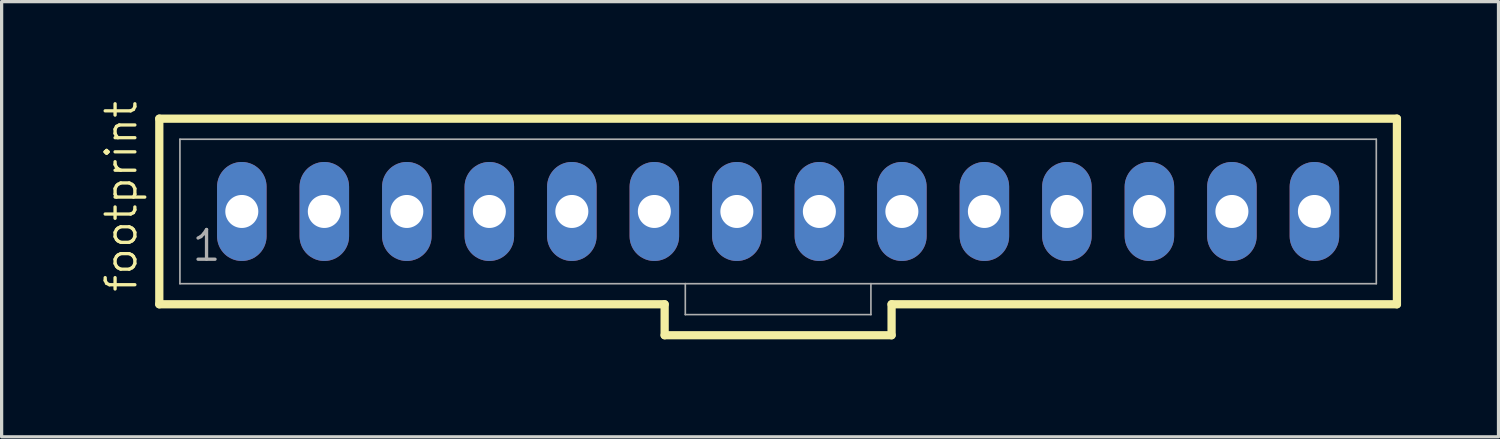
<source format=kicad_pcb>
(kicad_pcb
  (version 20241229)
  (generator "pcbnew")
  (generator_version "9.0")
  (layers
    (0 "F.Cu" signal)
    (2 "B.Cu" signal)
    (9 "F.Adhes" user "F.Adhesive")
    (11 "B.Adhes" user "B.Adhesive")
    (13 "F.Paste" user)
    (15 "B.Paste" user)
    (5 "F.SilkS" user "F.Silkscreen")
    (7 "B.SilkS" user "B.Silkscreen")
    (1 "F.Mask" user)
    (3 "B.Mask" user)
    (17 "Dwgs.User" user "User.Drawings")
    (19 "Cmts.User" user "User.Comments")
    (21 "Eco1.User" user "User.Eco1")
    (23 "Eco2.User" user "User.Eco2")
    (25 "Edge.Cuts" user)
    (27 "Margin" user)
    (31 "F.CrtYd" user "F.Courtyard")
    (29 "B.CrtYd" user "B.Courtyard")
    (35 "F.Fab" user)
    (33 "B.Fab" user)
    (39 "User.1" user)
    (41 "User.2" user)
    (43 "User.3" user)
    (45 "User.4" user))
  (footprint "footprint"
    (layer "F.Cu")
    (at 20.904 3.46)
    (property "Reference" "footprint" (at -19.685 2.54 90) (layer "F.SilkS") (effects (font (size 0.914 0.914) (thickness 0.102)) (justify left bottom)))
    (fp_line (start -19.05 -2.857) (end -19.05 2.857) (stroke (width 0.254) (type solid)) (layer "F.SilkS"))
    (fp_line (start -19.05 2.857) (end -3.493 2.857) (stroke (width 0.254) (type solid)) (layer "F.SilkS"))
    (fp_line (start -3.493 2.857) (end -3.493 3.81) (stroke (width 0.254) (type solid)) (layer "F.SilkS"))
    (fp_line (start -3.493 3.81) (end 3.493 3.81) (stroke (width 0.254) (type solid)) (layer "F.SilkS"))
    (fp_line (start 3.493 2.857) (end 19.05 2.857) (stroke (width 0.254) (type solid)) (layer "F.SilkS"))
    (fp_line (start 3.493 3.81) (end 3.493 2.857) (stroke (width 0.254) (type solid)) (layer "F.SilkS"))
    (fp_line (start 19.05 -2.857) (end -19.05 -2.857) (stroke (width 0.254) (type solid)) (layer "F.SilkS"))
    (fp_line (start 19.05 2.857) (end 19.05 -2.857) (stroke (width 0.254) (type solid)) (layer "F.SilkS"))
    (fp_line (start -18.415 -2.223) (end -18.415 2.223) (stroke (width 0.051) (type solid)) (layer "F.Fab"))
    (fp_line (start -18.415 -2.223) (end 18.415 -2.223) (stroke (width 0.051) (type solid)) (layer "F.Fab"))
    (fp_line (start -18.415 2.223) (end -2.857 2.223) (stroke (width 0.051) (type solid)) (layer "F.Fab"))
    (fp_line (start -2.857 2.223) (end -2.857 3.175) (stroke (width 0.051) (type solid)) (layer "F.Fab"))
    (fp_line (start -2.857 2.223) (end 2.857 2.223) (stroke (width 0.051) (type solid)) (layer "F.Fab"))
    (fp_line (start 2.857 2.223) (end 2.857 3.175) (stroke (width 0.051) (type solid)) (layer "F.Fab"))
    (fp_line (start 2.857 2.223) (end 18.415 2.223) (stroke (width 0.051) (type solid)) (layer "F.Fab"))
    (fp_line (start 2.857 3.175) (end -2.857 3.175) (stroke (width 0.051) (type solid)) (layer "F.Fab"))
    (fp_line (start 18.415 -2.223) (end 18.415 2.223) (stroke (width 0.051) (type solid)) (layer "F.Fab"))
    (fp_poly (pts (xy -16.748 0.238) (xy -16.272 0.238) (xy -16.272 -0.238) (xy -16.748 -0.238)) (stroke (width 0.1) (type solid)) (fill no) (layer "F.Fab"))
    (fp_poly (pts (xy -14.208 0.238) (xy -13.732 0.238) (xy -13.732 -0.238) (xy -14.208 -0.238)) (stroke (width 0.1) (type solid)) (fill no) (layer "F.Fab"))
    (fp_poly (pts (xy -11.668 0.238) (xy -11.192 0.238) (xy -11.192 -0.238) (xy -11.668 -0.238)) (stroke (width 0.1) (type solid)) (fill no) (layer "F.Fab"))
    (fp_poly (pts (xy -9.128 0.238) (xy -8.652 0.238) (xy -8.652 -0.238) (xy -9.128 -0.238)) (stroke (width 0.1) (type solid)) (fill no) (layer "F.Fab"))
    (fp_poly (pts (xy -6.588 0.238) (xy -6.112 0.238) (xy -6.112 -0.238) (xy -6.588 -0.238)) (stroke (width 0.1) (type solid)) (fill no) (layer "F.Fab"))
    (fp_poly (pts (xy -4.048 0.238) (xy -3.572 0.238) (xy -3.572 -0.238) (xy -4.048 -0.238)) (stroke (width 0.1) (type solid)) (fill no) (layer "F.Fab"))
    (fp_poly (pts (xy -1.508 0.238) (xy -1.032 0.238) (xy -1.032 -0.238) (xy -1.508 -0.238)) (stroke (width 0.1) (type solid)) (fill no) (layer "F.Fab"))
    (fp_poly (pts (xy 1.032 0.238) (xy 1.508 0.238) (xy 1.508 -0.238) (xy 1.032 -0.238)) (stroke (width 0.1) (type solid)) (fill no) (layer "F.Fab"))
    (fp_poly (pts (xy 3.572 0.238) (xy 4.048 0.238) (xy 4.048 -0.238) (xy 3.572 -0.238)) (stroke (width 0.1) (type solid)) (fill no) (layer "F.Fab"))
    (fp_poly (pts (xy 6.112 0.238) (xy 6.588 0.238) (xy 6.588 -0.238) (xy 6.112 -0.238)) (stroke (width 0.1) (type solid)) (fill no) (layer "F.Fab"))
    (fp_poly (pts (xy 8.652 0.238) (xy 9.128 0.238) (xy 9.128 -0.238) (xy 8.652 -0.238)) (stroke (width 0.1) (type solid)) (fill no) (layer "F.Fab"))
    (fp_poly (pts (xy 11.192 0.238) (xy 11.668 0.238) (xy 11.668 -0.238) (xy 11.192 -0.238)) (stroke (width 0.1) (type solid)) (fill no) (layer "F.Fab"))
    (fp_poly (pts (xy 13.732 0.238) (xy 14.208 0.238) (xy 14.208 -0.238) (xy 13.732 -0.238)) (stroke (width 0.1) (type solid)) (fill no) (layer "F.Fab"))
    (fp_poly (pts (xy 16.272 0.238) (xy 16.748 0.238) (xy 16.748 -0.238) (xy 16.272 -0.238)) (stroke (width 0.1) (type solid)) (fill no) (layer "F.Fab"))
    (fp_text user "1" (at -18.098 1.587 0) (layer "F.Fab") (effects (font (size 0.914 0.914) (thickness 0.102)) (justify left bottom)))
    (pad "1" thru_hole oval (at -16.51 0 90) (size 3.048 1.524) (drill 1.016) (layers "*.Cu" "*.Mask"))
    (pad "2" thru_hole oval (at -13.97 0 90) (size 3.048 1.524) (drill 1.016) (layers "*.Cu" "*.Mask"))
    (pad "3" thru_hole oval (at -11.43 0 90) (size 3.048 1.524) (drill 1.016) (layers "*.Cu" "*.Mask"))
    (pad "4" thru_hole oval (at -8.89 0 90) (size 3.048 1.524) (drill 1.016) (layers "*.Cu" "*.Mask"))
    (pad "5" thru_hole oval (at -6.35 0 90) (size 3.048 1.524) (drill 1.016) (layers "*.Cu" "*.Mask"))
    (pad "6" thru_hole oval (at -3.81 0 90) (size 3.048 1.524) (drill 1.016) (layers "*.Cu" "*.Mask"))
    (pad "7" thru_hole oval (at -1.27 0 90) (size 3.048 1.524) (drill 1.016) (layers "*.Cu" "*.Mask"))
    (pad "8" thru_hole oval (at 1.27 0 90) (size 3.048 1.524) (drill 1.016) (layers "*.Cu" "*.Mask"))
    (pad "9" thru_hole oval (at 3.81 0 90) (size 3.048 1.524) (drill 1.016) (layers "*.Cu" "*.Mask"))
    (pad "10" thru_hole oval (at 6.35 0 90) (size 3.048 1.524) (drill 1.016) (layers "*.Cu" "*.Mask"))
    (pad "11" thru_hole oval (at 8.89 0 90) (size 3.048 1.524) (drill 1.016) (layers "*.Cu" "*.Mask"))
    (pad "12" thru_hole oval (at 11.43 0 90) (size 3.048 1.524) (drill 1.016) (layers "*.Cu" "*.Mask"))
    (pad "13" thru_hole oval (at 13.97 0 90) (size 3.048 1.524) (drill 1.016) (layers "*.Cu" "*.Mask"))
    (pad "14" thru_hole oval (at 16.51 0 90) (size 3.048 1.524) (drill 1.016) (layers "*.Cu" "*.Mask")))
  (gr_rect
    (start -3 -3)
    (end 43.081 10.397)
    (stroke (width 0.1) (type default))
    (fill no)
    (layer "Edge.Cuts")))
</source>
